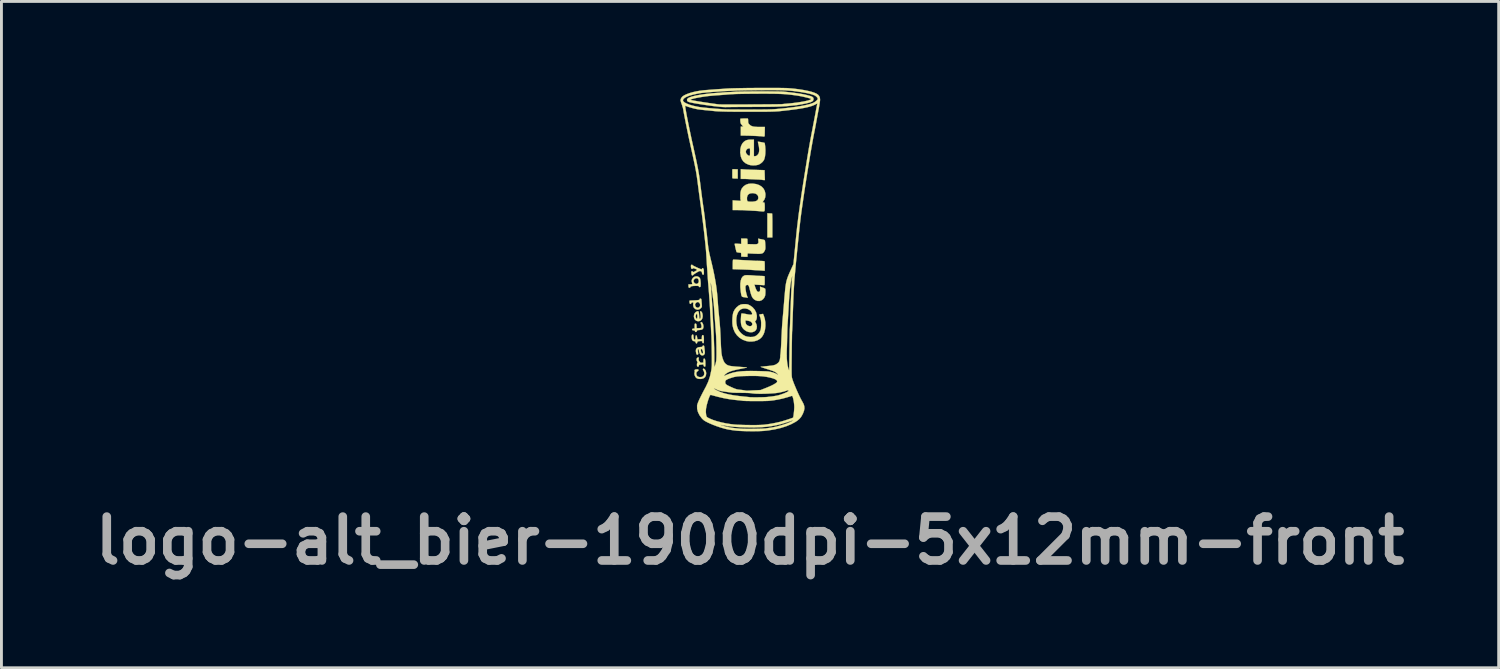
<source format=kicad_pcb>
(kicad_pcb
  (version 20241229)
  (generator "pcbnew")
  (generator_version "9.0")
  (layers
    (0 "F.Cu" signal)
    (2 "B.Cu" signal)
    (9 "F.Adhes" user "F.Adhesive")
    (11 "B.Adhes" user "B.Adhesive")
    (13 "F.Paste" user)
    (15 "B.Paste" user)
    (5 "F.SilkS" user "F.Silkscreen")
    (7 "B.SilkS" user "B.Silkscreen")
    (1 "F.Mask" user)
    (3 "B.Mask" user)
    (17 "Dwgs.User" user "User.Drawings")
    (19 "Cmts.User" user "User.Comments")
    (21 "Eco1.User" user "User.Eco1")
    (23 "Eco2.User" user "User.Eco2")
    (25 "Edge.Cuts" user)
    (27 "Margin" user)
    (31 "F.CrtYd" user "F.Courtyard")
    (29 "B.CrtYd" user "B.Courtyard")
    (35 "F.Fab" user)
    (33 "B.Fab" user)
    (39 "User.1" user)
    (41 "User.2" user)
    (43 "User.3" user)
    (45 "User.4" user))
  (footprint "logo-alt_bier-1900dpi-5x12mm-front"
    (layer "F.Cu")
    (at 23.012 5.96)
    (property "Reference" "logo-alt_bier-1900dpi-5x12mm-front" (at 0 9.775 0) (layer "F.Fab") (effects (font (size 1.524 1.524) (thickness 0.3))))
    (attr through_hole)
    (fp_poly (pts (xy 0.678 -1.596) (xy 0.722 -1.594) (xy 0.754 -1.593) (xy 0.765 -1.592) (xy 0.768 -1.579) (xy 0.77 -1.542) (xy 0.772 -1.485) (xy 0.774 -1.411) (xy 0.775 -1.324) (xy 0.775 -1.225) (xy 0.775 -1.176) (xy 0.775 -0.762) (xy 0.602 -0.762) (xy 0.602 -1.6) (xy 0.678 -1.596)) (stroke (width 0.01) (type solid)) (fill yes) (layer "F.SilkS"))
    (fp_poly (pts (xy -0.521 -3.13) (xy -0.428 -3.126) (xy -0.428 -2.807) (xy -0.521 -2.807) (xy -0.576 -2.809) (xy -0.607 -2.815) (xy -0.615 -2.824) (xy -0.616 -2.851) (xy -0.616 -2.895) (xy -0.616 -2.949) (xy -0.616 -3.005) (xy -0.616 -3.056) (xy -0.616 -3.096) (xy -0.616 -3.115) (xy -0.611 -3.125) (xy -0.592 -3.131) (xy -0.556 -3.132) (xy -0.521 -3.13)) (stroke (width 0.01) (type solid)) (fill yes) (layer "F.SilkS"))
    (fp_poly (pts (xy -0.197 -3.123) (xy -0.145 -3.12) (xy -0.073 -3.117) (xy 0.014 -3.113) (xy 0.107 -3.11) (xy 0.202 -3.107) (xy 0.214 -3.107) (xy 0.298 -3.104) (xy 0.373 -3.102) (xy 0.435 -3.1) (xy 0.479 -3.098) (xy 0.501 -3.097) (xy 0.503 -3.097) (xy 0.504 -3.083) (xy 0.506 -3.048) (xy 0.508 -2.997) (xy 0.51 -2.934) (xy 0.51 -2.924) (xy 0.516 -2.754) (xy 0.474 -2.754) (xy 0.443 -2.756) (xy 0.426 -2.76) (xy 0.426 -2.76) (xy 0.411 -2.763) (xy 0.374 -2.766) (xy 0.321 -2.77) (xy 0.255 -2.773) (xy 0.22 -2.774) (xy 0.143 -2.778) (xy 0.07 -2.781) (xy 0.008 -2.784) (xy -0.037 -2.787) (xy -0.047 -2.787) (xy -0.095 -2.79) (xy -0.156 -2.792) (xy -0.217 -2.793) (xy -0.321 -2.794) (xy -0.321 -3.132) (xy -0.197 -3.123)) (stroke (width 0.01) (type solid)) (fill yes) (layer "F.SilkS"))
    (fp_poly (pts (xy -1.608 3.799) (xy -1.578 3.817) (xy -1.551 3.854) (xy -1.532 3.904) (xy -1.524 3.957) (xy -1.524 3.96) (xy -1.534 4.036) (xy -1.563 4.094) (xy -1.612 4.133) (xy -1.68 4.154) (xy -1.731 4.157) (xy -1.8 4.152) (xy -1.85 4.134) (xy -1.853 4.132) (xy -1.893 4.094) (xy -1.921 4.041) (xy -1.934 3.983) (xy -1.929 3.938) (xy -1.922 3.903) (xy -1.925 3.877) (xy -1.926 3.875) (xy -1.929 3.851) (xy -1.91 3.834) (xy -1.87 3.824) (xy -1.85 3.823) (xy -1.813 3.825) (xy -1.796 3.833) (xy -1.791 3.849) (xy -1.791 3.85) (xy -1.803 3.877) (xy -1.824 3.89) (xy -1.852 3.913) (xy -1.866 3.951) (xy -1.866 3.994) (xy -1.852 4.036) (xy -1.825 4.068) (xy -1.814 4.075) (xy -1.756 4.093) (xy -1.697 4.092) (xy -1.645 4.074) (xy -1.624 4.058) (xy -1.598 4.015) (xy -1.59 3.961) (xy -1.599 3.907) (xy -1.619 3.872) (xy -1.636 3.839) (xy -1.637 3.813) (xy -1.622 3.799) (xy -1.608 3.799)) (stroke (width 0.01) (type solid)) (fill yes) (layer "F.SilkS"))
    (fp_poly (pts (xy -1.667 2.194) (xy -1.646 2.226) (xy -1.629 2.269) (xy -1.62 2.321) (xy -1.619 2.341) (xy -1.625 2.392) (xy -1.647 2.426) (xy -1.688 2.447) (xy -1.752 2.457) (xy -1.755 2.457) (xy -1.803 2.461) (xy -1.83 2.467) (xy -1.843 2.477) (xy -1.847 2.491) (xy -1.859 2.514) (xy -1.88 2.525) (xy -1.901 2.523) (xy -1.912 2.505) (xy -1.912 2.502) (xy -1.917 2.483) (xy -1.939 2.473) (xy -1.962 2.471) (xy -1.996 2.465) (xy -2.01 2.452) (xy -2.012 2.44) (xy -2.005 2.42) (xy -1.98 2.41) (xy -1.968 2.409) (xy -1.925 2.405) (xy -1.925 2.319) (xy -1.924 2.272) (xy -1.92 2.246) (xy -1.912 2.235) (xy -1.9 2.233) (xy -1.877 2.24) (xy -1.864 2.263) (xy -1.859 2.308) (xy -1.858 2.334) (xy -1.858 2.393) (xy -1.792 2.393) (xy -1.749 2.391) (xy -1.715 2.387) (xy -1.706 2.385) (xy -1.689 2.365) (xy -1.685 2.328) (xy -1.694 2.28) (xy -1.705 2.25) (xy -1.717 2.211) (xy -1.712 2.188) (xy -1.711 2.187) (xy -1.69 2.18) (xy -1.667 2.194)) (stroke (width 0.01) (type solid)) (fill yes) (layer "F.SilkS"))
    (fp_poly (pts (xy -1.791 1.814) (xy -1.781 1.844) (xy -1.774 1.895) (xy -1.771 1.938) (xy -1.766 1.995) (xy -1.76 2.039) (xy -1.754 2.066) (xy -1.75 2.072) (xy -1.736 2.062) (xy -1.723 2.043) (xy -1.715 2.01) (xy -1.716 1.956) (xy -1.726 1.881) (xy -1.733 1.847) (xy -1.737 1.817) (xy -1.73 1.806) (xy -1.71 1.807) (xy -1.684 1.824) (xy -1.663 1.862) (xy -1.65 1.919) (xy -1.645 1.976) (xy -1.655 2.043) (xy -1.683 2.096) (xy -1.725 2.133) (xy -1.778 2.151) (xy -1.836 2.147) (xy -1.875 2.131) (xy -1.917 2.095) (xy -1.942 2.044) (xy -1.952 1.985) (xy -1.95 1.967) (xy -1.891 1.967) (xy -1.89 1.996) (xy -1.879 2.025) (xy -1.861 2.061) (xy -1.846 2.07) (xy -1.837 2.054) (xy -1.832 2.012) (xy -1.831 1.986) (xy -1.834 1.931) (xy -1.842 1.899) (xy -1.854 1.893) (xy -1.87 1.912) (xy -1.879 1.931) (xy -1.891 1.967) (xy -1.95 1.967) (xy -1.945 1.926) (xy -1.923 1.873) (xy -1.885 1.833) (xy -1.872 1.825) (xy -1.834 1.807) (xy -1.808 1.803) (xy -1.791 1.814)) (stroke (width 0.01) (type solid)) (fill yes) (layer "F.SilkS"))
    (fp_poly (pts (xy -1.784 3.413) (xy -1.78 3.428) (xy -1.784 3.457) (xy -1.787 3.493) (xy -1.776 3.525) (xy -1.758 3.551) (xy -1.731 3.581) (xy -1.707 3.593) (xy -1.673 3.593) (xy -1.624 3.589) (xy -1.62 3.519) (xy -1.616 3.477) (xy -1.609 3.456) (xy -1.595 3.449) (xy -1.592 3.449) (xy -1.574 3.458) (xy -1.562 3.488) (xy -1.554 3.539) (xy -1.551 3.615) (xy -1.551 3.64) (xy -1.552 3.688) (xy -1.555 3.715) (xy -1.563 3.727) (xy -1.577 3.73) (xy -1.578 3.73) (xy -1.6 3.721) (xy -1.613 3.691) (xy -1.613 3.688) (xy -1.622 3.66) (xy -1.637 3.652) (xy -1.661 3.655) (xy -1.705 3.661) (xy -1.74 3.663) (xy -1.767 3.667) (xy -1.777 3.684) (xy -1.778 3.696) (xy -1.785 3.723) (xy -1.803 3.73) (xy -1.828 3.725) (xy -1.836 3.721) (xy -1.843 3.701) (xy -1.845 3.668) (xy -1.843 3.631) (xy -1.836 3.603) (xy -1.829 3.593) (xy -1.822 3.582) (xy -1.835 3.557) (xy -1.836 3.556) (xy -1.855 3.513) (xy -1.858 3.47) (xy -1.846 3.434) (xy -1.82 3.413) (xy -1.801 3.409) (xy -1.784 3.413)) (stroke (width 0.01) (type solid)) (fill yes) (layer "F.SilkS"))
    (fp_poly (pts (xy -0.529 0.011) (xy -0.479 0.014) (xy -0.465 0.015) (xy -0.413 0.019) (xy -0.342 0.023) (xy -0.26 0.028) (xy -0.175 0.032) (xy -0.142 0.034) (xy -0.066 0.037) (xy 0.004 0.041) (xy 0.062 0.044) (xy 0.101 0.047) (xy 0.114 0.048) (xy 0.142 0.05) (xy 0.191 0.052) (xy 0.253 0.053) (xy 0.322 0.055) (xy 0.325 0.055) (xy 0.389 0.057) (xy 0.444 0.06) (xy 0.484 0.064) (xy 0.502 0.069) (xy 0.503 0.07) (xy 0.506 0.087) (xy 0.509 0.126) (xy 0.51 0.18) (xy 0.511 0.238) (xy 0.511 0.394) (xy 0.476 0.396) (xy 0.449 0.395) (xy 0.438 0.393) (xy 0.424 0.391) (xy 0.388 0.388) (xy 0.335 0.385) (xy 0.271 0.382) (xy 0.247 0.381) (xy 0.176 0.377) (xy 0.113 0.373) (xy 0.063 0.37) (xy 0.032 0.367) (xy 0.027 0.367) (xy 0.005 0.365) (xy -0.04 0.362) (xy -0.103 0.36) (xy -0.18 0.357) (xy -0.266 0.354) (xy -0.304 0.353) (xy -0.602 0.343) (xy -0.602 0.18) (xy -0.6 0.101) (xy -0.597 0.047) (xy -0.591 0.016) (xy -0.587 0.011) (xy -0.568 0.01) (xy -0.529 0.011)) (stroke (width 0.01) (type solid)) (fill yes) (layer "F.SilkS"))
    (fp_poly (pts (xy -0.095 -4.894) (xy -0.09 -4.894) (xy -0.077 -4.889) (xy -0.07 -4.873) (xy -0.067 -4.838) (xy -0.067 -4.811) (xy -0.066 -4.764) (xy -0.059 -4.733) (xy -0.043 -4.707) (xy -0.017 -4.679) (xy 0.018 -4.65) (xy 0.058 -4.629) (xy 0.108 -4.614) (xy 0.173 -4.605) (xy 0.256 -4.6) (xy 0.345 -4.599) (xy 0.515 -4.599) (xy 0.512 -4.462) (xy 0.511 -4.401) (xy 0.51 -4.347) (xy 0.509 -4.308) (xy 0.509 -4.295) (xy 0.501 -4.271) (xy 0.477 -4.265) (xy 0.45 -4.267) (xy 0.44 -4.27) (xy 0.425 -4.273) (xy 0.388 -4.276) (xy 0.333 -4.279) (xy 0.264 -4.283) (xy 0.186 -4.287) (xy 0.104 -4.29) (xy 0.021 -4.293) (xy -0.058 -4.296) (xy -0.128 -4.297) (xy -0.184 -4.298) (xy -0.321 -4.298) (xy -0.321 -4.455) (xy -0.321 -4.612) (xy -0.236 -4.612) (xy -0.27 -4.649) (xy -0.298 -4.683) (xy -0.32 -4.715) (xy -0.321 -4.717) (xy -0.329 -4.745) (xy -0.335 -4.784) (xy -0.338 -4.827) (xy -0.338 -4.864) (xy -0.333 -4.885) (xy -0.333 -4.885) (xy -0.318 -4.888) (xy -0.284 -4.89) (xy -0.238 -4.892) (xy -0.186 -4.894) (xy -0.136 -4.894) (xy -0.095 -4.894)) (stroke (width 0.01) (type solid)) (fill yes) (layer "F.SilkS"))
    (fp_poly (pts (xy -1.977 2.618) (xy -1.967 2.648) (xy -1.965 2.682) (xy -1.96 2.738) (xy -1.946 2.777) (xy -1.923 2.794) (xy -1.919 2.794) (xy -1.906 2.785) (xy -1.899 2.756) (xy -1.896 2.717) (xy -1.891 2.671) (xy -1.883 2.647) (xy -1.872 2.64) (xy -1.856 2.652) (xy -1.844 2.687) (xy -1.84 2.711) (xy -1.828 2.782) (xy -1.678 2.774) (xy -1.674 2.704) (xy -1.67 2.662) (xy -1.662 2.64) (xy -1.649 2.634) (xy -1.645 2.634) (xy -1.628 2.637) (xy -1.616 2.651) (xy -1.609 2.68) (xy -1.605 2.726) (xy -1.604 2.795) (xy -1.605 2.852) (xy -1.607 2.887) (xy -1.612 2.906) (xy -1.621 2.913) (xy -1.631 2.914) (xy -1.652 2.906) (xy -1.658 2.882) (xy -1.66 2.857) (xy -1.671 2.844) (xy -1.697 2.839) (xy -1.742 2.842) (xy -1.755 2.843) (xy -1.798 2.849) (xy -1.821 2.857) (xy -1.831 2.87) (xy -1.834 2.886) (xy -1.845 2.917) (xy -1.864 2.925) (xy -1.883 2.911) (xy -1.891 2.888) (xy -1.902 2.859) (xy -1.923 2.848) (xy -1.937 2.847) (xy -1.974 2.838) (xy -1.999 2.821) (xy -2.017 2.787) (xy -2.027 2.739) (xy -2.03 2.689) (xy -2.023 2.646) (xy -2.015 2.628) (xy -1.994 2.611) (xy -1.977 2.618)) (stroke (width 0.01) (type solid)) (fill yes) (layer "F.SilkS"))
    (fp_poly (pts (xy -1.605 2.998) (xy -1.596 3.013) (xy -1.59 3.045) (xy -1.586 3.078) (xy -1.58 3.133) (xy -1.574 3.187) (xy -1.57 3.215) (xy -1.572 3.267) (xy -1.591 3.308) (xy -1.622 3.334) (xy -1.66 3.342) (xy -1.7 3.329) (xy -1.723 3.311) (xy -1.753 3.263) (xy -1.773 3.201) (xy -1.778 3.152) (xy -1.78 3.137) (xy -1.71 3.137) (xy -1.708 3.173) (xy -1.708 3.175) (xy -1.698 3.221) (xy -1.683 3.254) (xy -1.665 3.272) (xy -1.648 3.272) (xy -1.636 3.25) (xy -1.634 3.239) (xy -1.636 3.205) (xy -1.648 3.167) (xy -1.666 3.134) (xy -1.686 3.116) (xy -1.692 3.115) (xy -1.706 3.119) (xy -1.71 3.137) (xy -1.78 3.137) (xy -1.782 3.127) (xy -1.795 3.122) (xy -1.8 3.124) (xy -1.813 3.135) (xy -1.816 3.158) (xy -1.813 3.194) (xy -1.807 3.237) (xy -1.803 3.273) (xy -1.801 3.282) (xy -1.808 3.305) (xy -1.827 3.313) (xy -1.848 3.311) (xy -1.862 3.292) (xy -1.871 3.266) (xy -1.884 3.189) (xy -1.878 3.129) (xy -1.85 3.086) (xy -1.802 3.059) (xy -1.733 3.048) (xy -1.717 3.048) (xy -1.679 3.045) (xy -1.66 3.035) (xy -1.654 3.021) (xy -1.637 2.999) (xy -1.62 2.995) (xy -1.605 2.998)) (stroke (width 0.01) (type solid)) (fill yes) (layer "F.SilkS"))
    (fp_poly (pts (xy -1.826 0.594) (xy -1.777 0.617) (xy -1.743 0.653) (xy -1.732 0.682) (xy -1.724 0.727) (xy -1.718 0.783) (xy -1.715 0.841) (xy -1.716 0.895) (xy -1.719 0.937) (xy -1.727 0.958) (xy -1.748 0.968) (xy -1.769 0.96) (xy -1.778 0.941) (xy -1.785 0.93) (xy -1.81 0.924) (xy -1.857 0.922) (xy -1.863 0.922) (xy -1.952 0.925) (xy -2.016 0.932) (xy -2.056 0.944) (xy -2.072 0.961) (xy -2.072 0.964) (xy -2.083 0.983) (xy -2.106 0.99) (xy -2.129 0.981) (xy -2.13 0.98) (xy -2.136 0.962) (xy -2.139 0.929) (xy -2.139 0.92) (xy -2.139 0.869) (xy -2.071 0.869) (xy -2.031 0.868) (xy -2.012 0.864) (xy -2.008 0.852) (xy -2.011 0.839) (xy -2.024 0.784) (xy -2.027 0.755) (xy -1.965 0.755) (xy -1.954 0.794) (xy -1.925 0.829) (xy -1.888 0.851) (xy -1.866 0.856) (xy -1.83 0.846) (xy -1.805 0.829) (xy -1.784 0.791) (xy -1.781 0.744) (xy -1.794 0.699) (xy -1.823 0.666) (xy -1.823 0.665) (xy -1.859 0.656) (xy -1.899 0.665) (xy -1.934 0.69) (xy -1.959 0.725) (xy -1.965 0.755) (xy -2.027 0.755) (xy -2.028 0.744) (xy -2.021 0.71) (xy -2.014 0.691) (xy -1.981 0.64) (xy -1.934 0.607) (xy -1.881 0.591) (xy -1.826 0.594)) (stroke (width 0.01) (type solid)) (fill yes) (layer "F.SilkS"))
    (fp_poly (pts (xy -1.703 1.372) (xy -1.693 1.389) (xy -1.688 1.424) (xy -1.687 1.437) (xy -1.683 1.491) (xy -1.678 1.553) (xy -1.676 1.581) (xy -1.673 1.626) (xy -1.676 1.654) (xy -1.69 1.677) (xy -1.715 1.705) (xy -1.768 1.741) (xy -1.825 1.752) (xy -1.885 1.736) (xy -1.907 1.724) (xy -1.952 1.681) (xy -1.974 1.624) (xy -1.974 1.581) (xy -1.912 1.581) (xy -1.901 1.626) (xy -1.875 1.66) (xy -1.839 1.68) (xy -1.799 1.681) (xy -1.762 1.662) (xy -1.757 1.657) (xy -1.737 1.618) (xy -1.735 1.574) (xy -1.748 1.532) (xy -1.774 1.5) (xy -1.81 1.484) (xy -1.818 1.484) (xy -1.856 1.496) (xy -1.889 1.525) (xy -1.909 1.564) (xy -1.912 1.581) (xy -1.974 1.581) (xy -1.974 1.557) (xy -1.97 1.52) (xy -1.973 1.503) (xy -1.987 1.498) (xy -2 1.497) (xy -2.031 1.506) (xy -2.041 1.524) (xy -2.057 1.546) (xy -2.072 1.551) (xy -2.09 1.542) (xy -2.1 1.514) (xy -2.102 1.501) (xy -2.105 1.465) (xy -2.104 1.443) (xy -2.103 1.44) (xy -2.087 1.435) (xy -2.054 1.431) (xy -2.027 1.43) (xy -1.976 1.429) (xy -1.913 1.426) (xy -1.854 1.422) (xy -1.801 1.417) (xy -1.77 1.411) (xy -1.755 1.402) (xy -1.751 1.389) (xy -1.751 1.387) (xy -1.744 1.368) (xy -1.721 1.366) (xy -1.703 1.372)) (stroke (width 0.01) (type solid)) (fill yes) (layer "F.SilkS"))
    (fp_poly (pts (xy -2.009 0.192) (xy -1.996 0.205) (xy -1.981 0.217) (xy -1.947 0.235) (xy -1.9 0.258) (xy -1.846 0.284) (xy -1.792 0.308) (xy -1.743 0.328) (xy -1.705 0.343) (xy -1.685 0.348) (xy -1.673 0.337) (xy -1.671 0.328) (xy -1.66 0.311) (xy -1.646 0.307) (xy -1.626 0.317) (xy -1.613 0.348) (xy -1.606 0.402) (xy -1.604 0.464) (xy -1.605 0.506) (xy -1.61 0.527) (xy -1.62 0.533) (xy -1.634 0.532) (xy -1.656 0.524) (xy -1.666 0.5) (xy -1.668 0.479) (xy -1.676 0.443) (xy -1.696 0.422) (xy -1.712 0.414) (xy -1.732 0.408) (xy -1.752 0.408) (xy -1.777 0.417) (xy -1.814 0.436) (xy -1.859 0.462) (xy -1.907 0.491) (xy -1.946 0.518) (xy -1.97 0.537) (xy -1.974 0.543) (xy -1.992 0.559) (xy -2.005 0.561) (xy -2.021 0.554) (xy -2.032 0.529) (xy -2.037 0.5) (xy -2.04 0.461) (xy -2.04 0.433) (xy -2.038 0.426) (xy -2.018 0.415) (xy -1.995 0.421) (xy -1.983 0.434) (xy -1.975 0.444) (xy -1.958 0.441) (xy -1.925 0.425) (xy -1.914 0.419) (xy -1.869 0.392) (xy -1.846 0.375) (xy -1.844 0.362) (xy -1.863 0.349) (xy -1.892 0.335) (xy -1.945 0.315) (xy -1.978 0.308) (xy -1.991 0.317) (xy -1.992 0.321) (xy -2.003 0.332) (xy -2.017 0.334) (xy -2.035 0.327) (xy -2.047 0.3) (xy -2.05 0.282) (xy -2.054 0.243) (xy -2.052 0.212) (xy -2.051 0.208) (xy -2.033 0.189) (xy -2.009 0.192)) (stroke (width 0.01) (type solid)) (fill yes) (layer "F.SilkS"))
    (fp_poly (pts (xy -0.141 -0.72) (xy -0.106 -0.716) (xy -0.093 -0.707) (xy -0.092 -0.705) (xy -0.091 -0.683) (xy -0.09 -0.645) (xy -0.089 -0.608) (xy -0.087 -0.528) (xy 0.078 -0.524) (xy 0.149 -0.522) (xy 0.198 -0.523) (xy 0.231 -0.526) (xy 0.252 -0.532) (xy 0.267 -0.541) (xy 0.27 -0.544) (xy 0.286 -0.562) (xy 0.292 -0.586) (xy 0.291 -0.624) (xy 0.289 -0.642) (xy 0.282 -0.717) (xy 0.394 -0.697) (xy 0.46 -0.683) (xy 0.5 -0.67) (xy 0.515 -0.656) (xy 0.52 -0.634) (xy 0.524 -0.593) (xy 0.528 -0.538) (xy 0.53 -0.495) (xy 0.533 -0.43) (xy 0.532 -0.384) (xy 0.528 -0.351) (xy 0.52 -0.323) (xy 0.506 -0.294) (xy 0.483 -0.256) (xy 0.459 -0.227) (xy 0.428 -0.208) (xy 0.386 -0.197) (xy 0.329 -0.192) (xy 0.254 -0.192) (xy 0.18 -0.194) (xy 0.107 -0.197) (xy 0.041 -0.2) (xy -0.012 -0.203) (xy -0.046 -0.205) (xy -0.053 -0.205) (xy -0.074 -0.204) (xy -0.084 -0.193) (xy -0.088 -0.164) (xy -0.088 -0.147) (xy -0.09 -0.087) (xy -0.142 -0.087) (xy -0.191 -0.088) (xy -0.244 -0.09) (xy -0.251 -0.091) (xy -0.307 -0.095) (xy -0.307 -0.161) (xy -0.309 -0.202) (xy -0.316 -0.222) (xy -0.33 -0.228) (xy -0.331 -0.228) (xy -0.37 -0.231) (xy -0.412 -0.237) (xy -0.448 -0.244) (xy -0.468 -0.251) (xy -0.469 -0.252) (xy -0.474 -0.267) (xy -0.484 -0.302) (xy -0.495 -0.349) (xy -0.508 -0.402) (xy -0.519 -0.455) (xy -0.529 -0.5) (xy -0.534 -0.53) (xy -0.535 -0.538) (xy -0.522 -0.542) (xy -0.49 -0.543) (xy -0.442 -0.542) (xy -0.421 -0.54) (xy -0.307 -0.532) (xy -0.307 -0.722) (xy -0.201 -0.722) (xy -0.141 -0.72)) (stroke (width 0.01) (type solid)) (fill yes) (layer "F.SilkS"))
    (fp_poly (pts (xy 0.09 -4.159) (xy 0.134 -4.158) (xy 0.134 -3.583) (xy 0.172 -3.583) (xy 0.211 -3.591) (xy 0.244 -3.609) (xy 0.287 -3.659) (xy 0.312 -3.725) (xy 0.319 -3.809) (xy 0.309 -3.912) (xy 0.295 -3.977) (xy 0.284 -4.027) (xy 0.276 -4.065) (xy 0.272 -4.085) (xy 0.273 -4.087) (xy 0.286 -4.087) (xy 0.319 -4.082) (xy 0.363 -4.075) (xy 0.41 -4.067) (xy 0.455 -4.058) (xy 0.488 -4.051) (xy 0.503 -4.047) (xy 0.503 -4.046) (xy 0.511 -4.027) (xy 0.518 -3.986) (xy 0.525 -3.931) (xy 0.53 -3.866) (xy 0.534 -3.799) (xy 0.534 -3.791) (xy 0.531 -3.676) (xy 0.519 -3.573) (xy 0.498 -3.489) (xy 0.481 -3.448) (xy 0.439 -3.39) (xy 0.38 -3.337) (xy 0.313 -3.296) (xy 0.276 -3.282) (xy 0.197 -3.267) (xy 0.108 -3.263) (xy 0.021 -3.27) (xy -0.049 -3.287) (xy -0.147 -3.332) (xy -0.224 -3.392) (xy -0.281 -3.47) (xy -0.319 -3.565) (xy -0.338 -3.679) (xy -0.34 -3.71) (xy -0.34 -3.722) (xy -0.147 -3.722) (xy -0.126 -3.671) (xy -0.102 -3.642) (xy -0.069 -3.614) (xy -0.038 -3.598) (xy -0.028 -3.596) (xy -0.015 -3.598) (xy -0.007 -3.606) (xy -0.003 -3.625) (xy -0.001 -3.66) (xy -0.00001 -3.715) (xy 0 -3.731) (xy -0.000479 -3.793) (xy -0.002 -3.832) (xy -0.006 -3.852) (xy -0.013 -3.859) (xy -0.021 -3.858) (xy -0.052 -3.851) (xy -0.062 -3.85) (xy -0.084 -3.841) (xy -0.112 -3.82) (xy -0.114 -3.817) (xy -0.143 -3.772) (xy -0.147 -3.722) (xy -0.34 -3.722) (xy -0.336 -3.832) (xy -0.312 -3.936) (xy -0.268 -4.023) (xy -0.225 -4.073) (xy -0.177 -4.112) (xy -0.123 -4.139) (xy -0.059 -4.154) (xy 0.021 -4.16) (xy 0.09 -4.159)) (stroke (width 0.01) (type solid)) (fill yes) (layer "F.SilkS"))
    (fp_poly (pts (xy 0.099 -2.63) (xy 0.217 -2.613) (xy 0.318 -2.578) (xy 0.402 -2.526) (xy 0.467 -2.458) (xy 0.511 -2.376) (xy 0.533 -2.282) (xy 0.535 -2.239) (xy 0.527 -2.154) (xy 0.5 -2.081) (xy 0.466 -2.029) (xy 0.444 -1.997) (xy 0.441 -1.98) (xy 0.46 -1.976) (xy 0.477 -1.977) (xy 0.491 -1.975) (xy 0.501 -1.96) (xy 0.507 -1.931) (xy 0.51 -1.882) (xy 0.511 -1.81) (xy 0.511 -1.807) (xy 0.51 -1.744) (xy 0.508 -1.701) (xy 0.499 -1.676) (xy 0.479 -1.664) (xy 0.444 -1.662) (xy 0.39 -1.666) (xy 0.341 -1.671) (xy 0.288 -1.676) (xy 0.217 -1.681) (xy 0.135 -1.686) (xy 0.051 -1.69) (xy 0.027 -1.692) (xy -0.046 -1.695) (xy -0.111 -1.699) (xy -0.161 -1.702) (xy -0.193 -1.704) (xy -0.201 -1.705) (xy -0.221 -1.707) (xy -0.262 -1.708) (xy -0.319 -1.709) (xy -0.387 -1.71) (xy -0.411 -1.71) (xy -0.602 -1.711) (xy -0.602 -2.049) (xy -0.46 -2.039) (xy -0.318 -2.029) (xy -0.328 -2.059) (xy -0.332 -2.085) (xy -0.334 -2.123) (xy -0.107 -2.123) (xy -0.105 -2.067) (xy -0.098 -2.032) (xy -0.08 -2.014) (xy -0.047 -2.005) (xy -0.009 -2.003) (xy 0.096 -2.003) (xy 0.177 -2.014) (xy 0.234 -2.036) (xy 0.253 -2.051) (xy 0.277 -2.085) (xy 0.287 -2.125) (xy 0.287 -2.145) (xy 0.276 -2.205) (xy 0.242 -2.251) (xy 0.188 -2.282) (xy 0.115 -2.298) (xy 0.08 -2.299) (xy 0.005 -2.29) (xy -0.051 -2.262) (xy -0.088 -2.215) (xy -0.106 -2.151) (xy -0.107 -2.123) (xy -0.334 -2.123) (xy -0.335 -2.13) (xy -0.337 -2.187) (xy -0.337 -2.218) (xy -0.332 -2.317) (xy -0.315 -2.398) (xy -0.284 -2.464) (xy -0.237 -2.521) (xy -0.217 -2.541) (xy -0.147 -2.589) (xy -0.067 -2.619) (xy 0.027 -2.631) (xy 0.099 -2.63)) (stroke (width 0.01) (type solid)) (fill yes) (layer "F.SilkS"))
    (fp_poly (pts (xy -0.039 0.553) (xy 0.012 0.555) (xy 0.077 0.559) (xy 0.131 0.563) (xy 0.17 0.566) (xy 0.188 0.569) (xy 0.188 0.569) (xy 0.204 0.571) (xy 0.241 0.573) (xy 0.293 0.575) (xy 0.352 0.577) (xy 0.42 0.579) (xy 0.466 0.582) (xy 0.493 0.586) (xy 0.506 0.593) (xy 0.509 0.601) (xy 0.509 0.622) (xy 0.509 0.664) (xy 0.509 0.719) (xy 0.509 0.762) (xy 0.509 0.825) (xy 0.507 0.866) (xy 0.503 0.889) (xy 0.496 0.899) (xy 0.486 0.9) (xy 0.486 0.9) (xy 0.463 0.898) (xy 0.421 0.895) (xy 0.364 0.892) (xy 0.306 0.888) (xy 0.151 0.879) (xy 0.183 0.978) (xy 0.203 1.03) (xy 0.225 1.076) (xy 0.246 1.107) (xy 0.247 1.109) (xy 0.272 1.13) (xy 0.294 1.133) (xy 0.314 1.126) (xy 0.334 1.113) (xy 0.346 1.093) (xy 0.35 1.06) (xy 0.349 1.008) (xy 0.349 1) (xy 0.346 0.95) (xy 0.43 0.979) (xy 0.475 0.995) (xy 0.509 1.011) (xy 0.525 1.021) (xy 0.531 1.045) (xy 0.534 1.086) (xy 0.534 1.138) (xy 0.532 1.193) (xy 0.527 1.242) (xy 0.521 1.273) (xy 0.493 1.334) (xy 0.449 1.388) (xy 0.401 1.424) (xy 0.329 1.448) (xy 0.256 1.446) (xy 0.191 1.423) (xy 0.143 1.394) (xy 0.104 1.357) (xy 0.071 1.308) (xy 0.043 1.243) (xy 0.017 1.159) (xy -0.006 1.063) (xy -0.019 1.01) (xy -0.032 0.963) (xy -0.042 0.933) (xy -0.066 0.898) (xy -0.097 0.887) (xy -0.132 0.901) (xy -0.136 0.905) (xy -0.15 0.92) (xy -0.158 0.94) (xy -0.16 0.971) (xy -0.157 1.021) (xy -0.157 1.029) (xy -0.148 1.094) (xy -0.134 1.168) (xy -0.116 1.234) (xy -0.082 1.339) (xy -0.111 1.332) (xy -0.141 1.326) (xy -0.185 1.319) (xy -0.212 1.316) (xy -0.246 1.31) (xy -0.27 1.302) (xy -0.287 1.285) (xy -0.3 1.257) (xy -0.309 1.213) (xy -0.319 1.149) (xy -0.324 1.113) (xy -0.338 0.969) (xy -0.338 0.846) (xy -0.324 0.743) (xy -0.298 0.662) (xy -0.258 0.603) (xy -0.205 0.566) (xy -0.178 0.557) (xy -0.145 0.552) (xy -0.1 0.551) (xy -0.039 0.553)) (stroke (width 0.01) (type solid)) (fill yes) (layer "F.SilkS"))
    (fp_poly (pts (xy -0.136 1.559) (xy -0.095 1.564) (xy -0.058 1.576) (xy -0.014 1.597) (xy -0.002 1.603) (xy 0.088 1.667) (xy 0.159 1.748) (xy 0.209 1.843) (xy 0.234 1.945) (xy 0.237 2.006) (xy 0.229 2.063) (xy 0.213 2.111) (xy 0.19 2.14) (xy 0.188 2.141) (xy 0.174 2.153) (xy 0.173 2.166) (xy 0.187 2.19) (xy 0.195 2.202) (xy 0.224 2.265) (xy 0.237 2.336) (xy 0.23 2.403) (xy 0.228 2.412) (xy 0.197 2.468) (xy 0.148 2.507) (xy 0.088 2.53) (xy 0.019 2.536) (xy -0.055 2.525) (xy -0.128 2.497) (xy -0.196 2.451) (xy -0.216 2.434) (xy -0.258 2.386) (xy -0.288 2.334) (xy -0.308 2.273) (xy -0.317 2.199) (xy -0.318 2.165) (xy -0.16 2.165) (xy -0.154 2.208) (xy -0.14 2.248) (xy -0.109 2.284) (xy -0.066 2.31) (xy -0.018 2.324) (xy 0.027 2.322) (xy 0.059 2.305) (xy 0.079 2.269) (xy 0.076 2.228) (xy 0.053 2.189) (xy 0.015 2.16) (xy -0.021 2.147) (xy -0.069 2.135) (xy -0.091 2.131) (xy -0.16 2.122) (xy -0.16 2.165) (xy -0.318 2.165) (xy -0.319 2.106) (xy -0.317 2.054) (xy -0.313 1.991) (xy -0.309 1.938) (xy -0.303 1.9) (xy -0.298 1.884) (xy -0.281 1.881) (xy -0.243 1.884) (xy -0.191 1.892) (xy -0.153 1.899) (xy -0.067 1.916) (xy -0.003 1.924) (xy 0.04 1.925) (xy 0.064 1.917) (xy 0.073 1.899) (xy 0.069 1.872) (xy 0.065 1.859) (xy 0.029 1.8) (xy -0.026 1.754) (xy -0.093 1.722) (xy -0.167 1.708) (xy -0.243 1.711) (xy -0.314 1.735) (xy -0.321 1.739) (xy -0.376 1.785) (xy -0.421 1.851) (xy -0.453 1.933) (xy -0.473 2.026) (xy -0.479 2.127) (xy -0.472 2.231) (xy -0.451 2.334) (xy -0.419 2.421) (xy -0.373 2.498) (xy -0.309 2.57) (xy -0.233 2.631) (xy -0.155 2.672) (xy -0.154 2.673) (xy -0.076 2.692) (xy 0.011 2.7) (xy 0.096 2.696) (xy 0.149 2.685) (xy 0.213 2.654) (xy 0.274 2.603) (xy 0.326 2.539) (xy 0.344 2.508) (xy 0.36 2.472) (xy 0.372 2.435) (xy 0.379 2.39) (xy 0.383 2.33) (xy 0.385 2.296) (xy 0.386 2.195) (xy 0.379 2.112) (xy 0.362 2.039) (xy 0.338 1.975) (xy 0.326 1.943) (xy 0.321 1.922) (xy 0.322 1.92) (xy 0.337 1.915) (xy 0.37 1.909) (xy 0.389 1.906) (xy 0.451 1.897) (xy 0.478 1.961) (xy 0.513 2.072) (xy 0.532 2.193) (xy 0.534 2.318) (xy 0.52 2.44) (xy 0.49 2.553) (xy 0.462 2.617) (xy 0.428 2.675) (xy 0.393 2.719) (xy 0.348 2.759) (xy 0.331 2.772) (xy 0.255 2.815) (xy 0.163 2.844) (xy 0.062 2.858) (xy -0.042 2.856) (xy -0.13 2.84) (xy -0.255 2.794) (xy -0.364 2.726) (xy -0.455 2.64) (xy -0.528 2.536) (xy -0.579 2.417) (xy -0.605 2.311) (xy -0.614 2.228) (xy -0.616 2.134) (xy -0.612 2.038) (xy -0.603 1.947) (xy -0.588 1.869) (xy -0.576 1.83) (xy -0.531 1.744) (xy -0.468 1.668) (xy -0.394 1.608) (xy -0.369 1.594) (xy -0.327 1.575) (xy -0.286 1.564) (xy -0.235 1.559) (xy -0.194 1.558) (xy -0.136 1.559)) (stroke (width 0.01) (type solid)) (fill yes) (layer "F.SilkS"))
    (fp_poly (pts (xy 0.553 -5.836) (xy 0.678 -5.835) (xy 0.795 -5.835) (xy 0.901 -5.834) (xy 0.993 -5.833) (xy 1.069 -5.831) (xy 1.124 -5.83) (xy 1.156 -5.828) (xy 1.342 -5.807) (xy 1.503 -5.788) (xy 1.638 -5.77) (xy 1.751 -5.753) (xy 1.841 -5.737) (xy 1.885 -5.728) (xy 1.986 -5.704) (xy 2.064 -5.683) (xy 2.122 -5.665) (xy 2.161 -5.646) (xy 2.187 -5.626) (xy 2.201 -5.604) (xy 2.206 -5.577) (xy 2.206 -5.568) (xy 2.201 -5.535) (xy 2.184 -5.506) (xy 2.152 -5.481) (xy 2.103 -5.459) (xy 2.034 -5.438) (xy 1.943 -5.416) (xy 1.876 -5.402) (xy 1.799 -5.387) (xy 1.723 -5.374) (xy 1.658 -5.363) (xy 1.608 -5.356) (xy 1.598 -5.355) (xy 1.546 -5.35) (xy 1.481 -5.343) (xy 1.412 -5.336) (xy 1.39 -5.334) (xy 1.319 -5.326) (xy 1.246 -5.32) (xy 1.167 -5.315) (xy 1.082 -5.31) (xy 0.987 -5.306) (xy 0.88 -5.303) (xy 0.759 -5.301) (xy 0.621 -5.299) (xy 0.464 -5.297) (xy 0.286 -5.296) (xy 0.083 -5.296) (xy 0.048 -5.295) (xy -0.1 -5.295) (xy -0.241 -5.294) (xy -0.372 -5.294) (xy -0.491 -5.293) (xy -0.595 -5.292) (xy -0.682 -5.291) (xy -0.75 -5.29) (xy -0.797 -5.29) (xy -0.82 -5.289) (xy -0.821 -5.289) (xy -0.845 -5.288) (xy -0.89 -5.289) (xy -0.947 -5.292) (xy -0.996 -5.295) (xy -1.081 -5.303) (xy -1.182 -5.314) (xy -1.294 -5.327) (xy -1.413 -5.343) (xy -1.535 -5.36) (xy -1.657 -5.378) (xy -1.773 -5.397) (xy -1.88 -5.414) (xy -1.973 -5.431) (xy -2.049 -5.447) (xy -2.103 -5.459) (xy -2.109 -5.461) (xy -2.152 -5.477) (xy -2.176 -5.493) (xy -2.187 -5.516) (xy -2.188 -5.517) (xy -2.189 -5.542) (xy -2.068 -5.542) (xy -2.051 -5.534) (xy -2.027 -5.528) (xy -1.98 -5.519) (xy -1.914 -5.507) (xy -1.833 -5.493) (xy -1.741 -5.478) (xy -1.642 -5.462) (xy -1.539 -5.447) (xy -1.436 -5.431) (xy -1.337 -5.417) (xy -1.246 -5.404) (xy -1.167 -5.393) (xy -1.103 -5.385) (xy -1.076 -5.383) (xy -1.052 -5.382) (xy -1.004 -5.381) (xy -0.935 -5.38) (xy -0.847 -5.38) (xy -0.742 -5.38) (xy -0.624 -5.38) (xy -0.495 -5.38) (xy -0.356 -5.38) (xy -0.212 -5.38) (xy -0.063 -5.381) (xy 0.087 -5.381) (xy 0.236 -5.382) (xy 0.381 -5.383) (xy 0.52 -5.384) (xy 0.65 -5.385) (xy 0.77 -5.386) (xy 0.875 -5.387) (xy 0.965 -5.388) (xy 1.036 -5.389) (xy 1.087 -5.39) (xy 1.113 -5.391) (xy 1.116 -5.392) (xy 1.149 -5.396) (xy 1.198 -5.401) (xy 1.255 -5.406) (xy 1.263 -5.407) (xy 1.391 -5.418) (xy 1.515 -5.432) (xy 1.635 -5.447) (xy 1.747 -5.464) (xy 1.849 -5.482) (xy 1.939 -5.5) (xy 2.013 -5.518) (xy 2.07 -5.536) (xy 2.106 -5.552) (xy 2.12 -5.568) (xy 2.117 -5.575) (xy 2.098 -5.584) (xy 2.058 -5.597) (xy 2.001 -5.613) (xy 1.934 -5.629) (xy 1.86 -5.647) (xy 1.785 -5.663) (xy 1.714 -5.676) (xy 1.652 -5.687) (xy 1.651 -5.687) (xy 1.544 -5.702) (xy 1.445 -5.715) (xy 1.351 -5.726) (xy 1.259 -5.735) (xy 1.164 -5.741) (xy 1.062 -5.746) (xy 0.951 -5.75) (xy 0.825 -5.753) (xy 0.682 -5.754) (xy 0.518 -5.755) (xy 0.441 -5.755) (xy 0.25 -5.754) (xy 0.068 -5.753) (xy -0.104 -5.751) (xy -0.263 -5.749) (xy -0.406 -5.746) (xy -0.532 -5.742) (xy -0.637 -5.737) (xy -0.72 -5.732) (xy -0.769 -5.728) (xy -0.808 -5.724) (xy -0.858 -5.72) (xy -0.922 -5.715) (xy -1.002 -5.709) (xy -1.104 -5.702) (xy -1.203 -5.695) (xy -1.33 -5.684) (xy -1.46 -5.671) (xy -1.589 -5.654) (xy -1.711 -5.635) (xy -1.823 -5.615) (xy -1.921 -5.595) (xy -1.999 -5.574) (xy -2.039 -5.561) (xy -2.065 -5.55) (xy -2.068 -5.542) (xy -2.189 -5.542) (xy -2.189 -5.551) (xy -2.175 -5.58) (xy -2.142 -5.607) (xy -2.088 -5.632) (xy -2.011 -5.657) (xy -1.945 -5.675) (xy -1.847 -5.697) (xy -1.728 -5.718) (xy -1.595 -5.738) (xy -1.454 -5.756) (xy -1.312 -5.77) (xy -1.175 -5.781) (xy -1.143 -5.783) (xy -1.08 -5.787) (xy -1.028 -5.79) (xy -0.991 -5.794) (xy -0.976 -5.796) (xy -0.976 -5.796) (xy -0.961 -5.798) (xy -0.924 -5.8) (xy -0.87 -5.804) (xy -0.803 -5.807) (xy -0.768 -5.809) (xy -0.695 -5.812) (xy -0.629 -5.816) (xy -0.576 -5.82) (xy -0.542 -5.823) (xy -0.535 -5.825) (xy -0.511 -5.827) (xy -0.464 -5.829) (xy -0.396 -5.83) (xy -0.31 -5.832) (xy -0.209 -5.833) (xy -0.095 -5.834) (xy 0.027 -5.835) (xy 0.156 -5.836) (xy 0.289 -5.836) (xy 0.422 -5.836) (xy 0.553 -5.836)) (stroke (width 0.01) (type solid)) (fill yes) (layer "F.SilkS"))
    (fp_poly (pts (xy 0.815 -5.955) (xy 0.95 -5.954) (xy 1.072 -5.953) (xy 1.178 -5.951) (xy 1.264 -5.949) (xy 1.329 -5.946) (xy 1.337 -5.945) (xy 1.516 -5.93) (xy 1.694 -5.908) (xy 1.864 -5.881) (xy 2.019 -5.85) (xy 2.127 -5.823) (xy 2.23 -5.79) (xy 2.31 -5.755) (xy 2.367 -5.715) (xy 2.405 -5.668) (xy 2.426 -5.612) (xy 2.433 -5.544) (xy 2.433 -5.543) (xy 2.43 -5.507) (xy 2.423 -5.45) (xy 2.412 -5.378) (xy 2.398 -5.296) (xy 2.382 -5.209) (xy 2.38 -5.198) (xy 2.362 -5.106) (xy 2.345 -5.013) (xy 2.329 -4.927) (xy 2.315 -4.853) (xy 2.306 -4.799) (xy 2.306 -4.799) (xy 2.296 -4.748) (xy 2.283 -4.676) (xy 2.267 -4.59) (xy 2.249 -4.496) (xy 2.23 -4.4) (xy 2.224 -4.371) (xy 2.199 -4.242) (xy 2.171 -4.089) (xy 2.14 -3.916) (xy 2.107 -3.726) (xy 2.073 -3.523) (xy 2.038 -3.309) (xy 2.002 -3.089) (xy 1.966 -2.865) (xy 1.931 -2.64) (xy 1.897 -2.419) (xy 1.865 -2.203) (xy 1.835 -1.997) (xy 1.807 -1.804) (xy 1.782 -1.626) (xy 1.761 -1.468) (xy 1.758 -1.444) (xy 1.749 -1.365) (xy 1.737 -1.264) (xy 1.724 -1.143) (xy 1.709 -1.006) (xy 1.693 -0.856) (xy 1.677 -0.698) (xy 1.66 -0.534) (xy 1.643 -0.367) (xy 1.627 -0.203) (xy 1.611 -0.043) (xy 1.596 0.108) (xy 1.583 0.247) (xy 1.578 0.307) (xy 1.57 0.399) (xy 1.562 0.485) (xy 1.555 0.562) (xy 1.549 0.623) (xy 1.545 0.665) (xy 1.544 0.675) (xy 1.541 0.719) (xy 1.536 0.78) (xy 1.532 0.846) (xy 1.531 0.869) (xy 1.527 0.94) (xy 1.522 1.016) (xy 1.518 1.082) (xy 1.517 1.096) (xy 1.515 1.147) (xy 1.511 1.217) (xy 1.508 1.296) (xy 1.505 1.378) (xy 1.504 1.397) (xy 1.501 1.486) (xy 1.497 1.582) (xy 1.494 1.675) (xy 1.491 1.753) (xy 1.491 1.758) (xy 1.488 1.825) (xy 1.485 1.91) (xy 1.482 2.007) (xy 1.479 2.106) (xy 1.476 2.186) (xy 1.473 2.271) (xy 1.47 2.35) (xy 1.467 2.417) (xy 1.464 2.468) (xy 1.462 2.498) (xy 1.462 2.5) (xy 1.46 2.522) (xy 1.459 2.568) (xy 1.457 2.635) (xy 1.456 2.722) (xy 1.454 2.825) (xy 1.452 2.942) (xy 1.45 3.07) (xy 1.449 3.207) (xy 1.448 3.309) (xy 1.446 3.471) (xy 1.445 3.609) (xy 1.444 3.724) (xy 1.444 3.82) (xy 1.444 3.898) (xy 1.445 3.961) (xy 1.446 4.011) (xy 1.448 4.05) (xy 1.451 4.081) (xy 1.454 4.105) (xy 1.459 4.126) (xy 1.464 4.145) (xy 1.468 4.158) (xy 1.493 4.233) (xy 1.528 4.325) (xy 1.57 4.427) (xy 1.616 4.535) (xy 1.664 4.642) (xy 1.711 4.744) (xy 1.755 4.834) (xy 1.795 4.908) (xy 1.815 4.943) (xy 1.859 5.026) (xy 1.884 5.102) (xy 1.89 5.178) (xy 1.876 5.257) (xy 1.843 5.347) (xy 1.817 5.401) (xy 1.771 5.48) (xy 1.714 5.546) (xy 1.642 5.607) (xy 1.575 5.652) (xy 1.424 5.732) (xy 1.251 5.803) (xy 1.059 5.863) (xy 0.852 5.911) (xy 0.632 5.946) (xy 0.481 5.962) (xy 0.39 5.968) (xy 0.278 5.972) (xy 0.152 5.974) (xy 0.019 5.974) (xy -0.115 5.972) (xy -0.243 5.968) (xy -0.359 5.963) (xy -0.457 5.956) (xy -0.475 5.954) (xy -0.557 5.945) (xy -0.647 5.932) (xy -0.731 5.919) (xy -0.788 5.908) (xy -0.895 5.882) (xy -1.018 5.846) (xy -1.148 5.803) (xy -1.275 5.755) (xy -1.281 5.753) (xy -1.025 5.753) (xy -1.016 5.759) (xy -0.987 5.77) (xy -0.942 5.783) (xy -0.886 5.798) (xy -0.826 5.814) (xy -0.765 5.827) (xy -0.729 5.835) (xy -0.616 5.855) (xy -0.5 5.869) (xy -0.378 5.88) (xy -0.243 5.887) (xy -0.093 5.89) (xy 0.079 5.889) (xy 0.12 5.888) (xy 0.221 5.887) (xy 0.314 5.885) (xy 0.396 5.883) (xy 0.464 5.881) (xy 0.513 5.878) (xy 0.54 5.877) (xy 0.541 5.876) (xy 0.574 5.871) (xy 0.623 5.864) (xy 0.679 5.856) (xy 0.688 5.855) (xy 0.796 5.837) (xy 0.911 5.812) (xy 1.03 5.781) (xy 1.146 5.747) (xy 1.255 5.711) (xy 1.351 5.674) (xy 1.429 5.638) (xy 1.471 5.615) (xy 1.493 5.599) (xy 1.497 5.593) (xy 1.491 5.595) (xy 1.289 5.663) (xy 1.103 5.719) (xy 0.927 5.763) (xy 0.753 5.796) (xy 0.575 5.82) (xy 0.389 5.835) (xy 0.186 5.842) (xy 0.033 5.843) (xy -0.151 5.841) (xy -0.328 5.835) (xy -0.493 5.825) (xy -0.642 5.813) (xy -0.772 5.797) (xy -0.88 5.778) (xy -0.897 5.775) (xy -0.951 5.763) (xy -0.994 5.756) (xy -1.02 5.752) (xy -1.025 5.753) (xy -1.281 5.753) (xy -1.394 5.705) (xy -1.464 5.673) (xy -1.532 5.638) (xy -1.582 5.609) (xy -1.621 5.58) (xy -1.656 5.547) (xy -1.683 5.517) (xy -1.758 5.414) (xy -1.81 5.306) (xy -1.811 5.304) (xy -1.537 5.304) (xy -1.527 5.399) (xy -1.522 5.423) (xy -1.514 5.453) (xy -1.502 5.474) (xy -1.483 5.491) (xy -1.451 5.51) (xy -1.399 5.535) (xy -1.398 5.536) (xy -1.284 5.583) (xy -1.149 5.627) (xy -0.999 5.666) (xy -0.84 5.7) (xy -0.677 5.726) (xy -0.547 5.741) (xy -0.464 5.747) (xy -0.364 5.751) (xy -0.251 5.755) (xy -0.13 5.758) (xy -0.005 5.759) (xy 0.117 5.76) (xy 0.232 5.759) (xy 0.334 5.756) (xy 0.42 5.753) (xy 0.478 5.748) (xy 0.605 5.732) (xy 0.745 5.71) (xy 0.887 5.683) (xy 1.019 5.654) (xy 1.043 5.648) (xy 1.09 5.635) (xy 1.149 5.618) (xy 1.216 5.597) (xy 1.286 5.575) (xy 1.353 5.553) (xy 1.412 5.533) (xy 1.459 5.516) (xy 1.488 5.505) (xy 1.495 5.501) (xy 1.501 5.483) (xy 1.508 5.445) (xy 1.516 5.391) (xy 1.523 5.329) (xy 1.53 5.263) (xy 1.534 5.2) (xy 1.537 5.145) (xy 1.537 5.127) (xy 1.534 5.063) (xy 1.527 4.994) (xy 1.517 4.925) (xy 1.504 4.861) (xy 1.49 4.806) (xy 1.476 4.766) (xy 1.462 4.746) (xy 1.456 4.745) (xy 1.436 4.75) (xy 1.397 4.763) (xy 1.344 4.779) (xy 1.291 4.795) (xy 1.136 4.838) (xy 0.969 4.874) (xy 0.802 4.902) (xy 0.655 4.918) (xy 0.603 4.921) (xy 0.533 4.923) (xy 0.449 4.925) (xy 0.354 4.926) (xy 0.253 4.926) (xy 0.151 4.926) (xy 0.051 4.926) (xy -0.042 4.924) (xy -0.125 4.923) (xy -0.192 4.92) (xy -0.24 4.918) (xy -0.261 4.915) (xy -0.299 4.909) (xy -0.348 4.903) (xy -0.368 4.901) (xy -0.41 4.897) (xy -0.469 4.891) (xy -0.537 4.884) (xy -0.582 4.879) (xy -0.739 4.857) (xy -0.917 4.824) (xy -1.112 4.779) (xy -1.321 4.723) (xy -1.364 4.71) (xy -1.379 4.716) (xy -1.398 4.742) (xy -1.419 4.79) (xy -1.446 4.862) (xy -1.469 4.933) (xy -1.508 5.073) (xy -1.531 5.196) (xy -1.537 5.304) (xy -1.811 5.304) (xy -1.838 5.196) (xy -1.84 5.086) (xy -1.839 5.075) (xy -1.828 5.03) (xy -1.803 4.963) (xy -1.765 4.876) (xy -1.714 4.771) (xy -1.652 4.648) (xy -1.579 4.509) (xy -1.566 4.485) (xy -1.257 4.485) (xy -1.245 4.499) (xy -1.214 4.521) (xy -1.168 4.547) (xy -1.114 4.574) (xy -1.055 4.6) (xy -1.016 4.616) (xy -0.927 4.647) (xy -0.832 4.673) (xy -0.727 4.697) (xy -0.609 4.719) (xy -0.475 4.739) (xy -0.321 4.758) (xy -0.18 4.773) (xy -0.118 4.779) (xy -0.063 4.785) (xy -0.023 4.789) (xy -0.007 4.792) (xy 0.025 4.794) (xy 0.077 4.795) (xy 0.146 4.796) (xy 0.224 4.796) (xy 0.307 4.795) (xy 0.39 4.794) (xy 0.465 4.792) (xy 0.529 4.789) (xy 0.576 4.786) (xy 0.588 4.785) (xy 0.651 4.778) (xy 0.718 4.77) (xy 0.755 4.766) (xy 0.811 4.758) (xy 0.878 4.747) (xy 0.935 4.737) (xy 0.994 4.723) (xy 1.061 4.702) (xy 1.129 4.678) (xy 1.195 4.653) (xy 1.254 4.627) (xy 1.3 4.603) (xy 1.329 4.584) (xy 1.337 4.573) (xy 1.327 4.554) (xy 1.302 4.551) (xy 1.286 4.557) (xy 1.254 4.57) (xy 1.203 4.585) (xy 1.14 4.602) (xy 1.071 4.618) (xy 1.004 4.632) (xy 0.969 4.638) (xy 0.888 4.649) (xy 0.791 4.657) (xy 0.684 4.664) (xy 0.571 4.669) (xy 0.457 4.672) (xy 0.347 4.673) (xy 0.245 4.671) (xy 0.157 4.667) (xy 0.088 4.66) (xy 0.052 4.654) (xy 0.02 4.65) (xy -0.034 4.646) (xy -0.104 4.643) (xy -0.186 4.641) (xy -0.273 4.64) (xy -0.289 4.64) (xy -0.376 4.639) (xy -0.458 4.638) (xy -0.529 4.637) (xy -0.584 4.635) (xy -0.618 4.633) (xy -0.622 4.633) (xy -0.736 4.618) (xy -0.827 4.606) (xy -0.898 4.596) (xy -0.953 4.587) (xy -0.994 4.58) (xy -1.027 4.573) (xy -1.053 4.566) (xy -1.063 4.563) (xy -1.103 4.549) (xy -1.134 4.537) (xy -1.143 4.532) (xy -1.163 4.52) (xy -1.193 4.506) (xy -1.224 4.494) (xy -1.249 4.486) (xy -1.257 4.485) (xy -1.566 4.485) (xy -1.537 4.432) (xy -1.459 4.265) (xy -0.863 4.265) (xy -0.859 4.295) (xy -0.853 4.318) (xy -0.839 4.338) (xy -0.816 4.359) (xy -0.779 4.381) (xy -0.724 4.408) (xy -0.649 4.443) (xy -0.64 4.447) (xy -0.567 4.479) (xy -0.51 4.501) (xy -0.462 4.516) (xy -0.414 4.526) (xy -0.358 4.533) (xy -0.348 4.534) (xy -0.286 4.54) (xy -0.229 4.548) (xy -0.186 4.555) (xy -0.174 4.558) (xy -0.131 4.564) (xy -0.079 4.565) (xy -0.06 4.564) (xy -0.021 4.562) (xy 0.037 4.559) (xy 0.107 4.555) (xy 0.18 4.552) (xy 0.187 4.552) (xy 0.368 4.543) (xy 0.573 4.462) (xy 0.681 4.417) (xy 0.773 4.374) (xy 0.847 4.334) (xy 0.901 4.299) (xy 0.934 4.27) (xy 0.94 4.258) (xy 0.94 4.225) (xy 0.914 4.192) (xy 0.862 4.162) (xy 0.784 4.133) (xy 0.68 4.107) (xy 0.671 4.104) (xy 0.577 4.086) (xy 0.486 4.072) (xy 0.392 4.062) (xy 0.29 4.056) (xy 0.175 4.052) (xy 0.043 4.052) (xy -0.082 4.054) (xy -0.202 4.057) (xy -0.301 4.06) (xy -0.382 4.065) (xy -0.45 4.071) (xy -0.511 4.081) (xy -0.567 4.093) (xy -0.625 4.11) (xy -0.688 4.131) (xy -0.728 4.145) (xy -0.793 4.172) (xy -0.835 4.199) (xy -0.857 4.228) (xy -0.863 4.265) (xy -1.459 4.265) (xy -1.455 4.257) (xy -1.392 4.069) (xy -1.349 3.87) (xy -1.342 3.83) (xy -1.337 3.791) (xy -1.333 3.75) (xy -1.33 3.703) (xy -1.328 3.648) (xy -1.328 3.581) (xy -1.328 3.498) (xy -1.328 3.397) (xy -1.33 3.275) (xy -1.331 3.202) (xy -1.333 3.085) (xy -1.334 2.975) (xy -1.336 2.875) (xy -1.338 2.789) (xy -1.34 2.719) (xy -1.342 2.669) (xy -1.343 2.643) (xy -1.343 2.64) (xy -1.346 2.613) (xy -1.349 2.564) (xy -1.352 2.501) (xy -1.355 2.43) (xy -1.356 2.406) (xy -1.36 2.328) (xy -1.363 2.251) (xy -1.367 2.183) (xy -1.37 2.133) (xy -1.37 2.126) (xy -1.373 2.076) (xy -1.377 2.009) (xy -1.381 1.935) (xy -1.384 1.878) (xy -1.388 1.776) (xy -1.393 1.68) (xy -1.398 1.587) (xy -1.404 1.491) (xy -1.411 1.39) (xy -1.419 1.28) (xy -1.428 1.158) (xy -1.439 1.019) (xy -1.452 0.859) (xy -1.456 0.816) (xy -1.373 0.816) (xy -1.371 0.842) (xy -1.366 0.88) (xy -1.362 0.933) (xy -1.357 0.983) (xy -1.342 1.188) (xy -1.329 1.367) (xy -1.319 1.522) (xy -1.311 1.652) (xy -1.305 1.761) (xy -1.304 1.785) (xy -1.3 1.887) (xy -1.295 1.985) (xy -1.29 2.085) (xy -1.284 2.195) (xy -1.277 2.313) (xy -1.275 2.347) (xy -1.273 2.388) (xy -1.271 2.436) (xy -1.268 2.496) (xy -1.265 2.569) (xy -1.262 2.659) (xy -1.258 2.768) (xy -1.253 2.899) (xy -1.25 3.001) (xy -1.247 3.082) (xy -1.245 3.18) (xy -1.243 3.288) (xy -1.242 3.395) (xy -1.242 3.476) (xy -1.24 3.75) (xy -1.215 3.685) (xy -1.2 3.638) (xy -1.185 3.578) (xy -1.174 3.518) (xy -1.171 3.474) (xy -1.168 3.408) (xy -1.166 3.323) (xy -1.166 3.225) (xy -1.167 3.118) (xy -1.168 3.005) (xy -1.171 2.892) (xy -1.174 2.782) (xy -1.178 2.68) (xy -1.183 2.59) (xy -1.188 2.516) (xy -1.188 2.513) (xy -1.195 2.438) (xy -1.202 2.357) (xy -1.207 2.284) (xy -1.209 2.259) (xy -1.221 2.09) (xy -1.231 1.946) (xy -1.24 1.824) (xy -1.248 1.722) (xy -1.254 1.639) (xy -1.26 1.573) (xy -1.265 1.52) (xy -1.27 1.48) (xy -1.27 1.477) (xy -1.291 1.319) (xy -1.308 1.185) (xy -1.323 1.075) (xy -1.335 0.987) (xy -1.345 0.919) (xy -1.353 0.871) (xy -1.36 0.84) (xy -1.364 0.826) (xy -1.372 0.81) (xy -1.373 0.816) (xy -1.456 0.816) (xy -1.463 0.722) (xy -1.467 0.675) (xy -1.471 0.612) (xy -1.475 0.544) (xy -1.477 0.515) (xy -1.481 0.447) (xy -1.485 0.381) (xy -1.489 0.326) (xy -1.491 0.307) (xy -1.498 0.21) (xy -1.505 0.09) (xy -1.513 -0.044) (xy -1.518 -0.127) (xy -1.524 -0.22) (xy -1.533 -0.336) (xy -1.546 -0.472) (xy -1.562 -0.625) (xy -1.58 -0.793) (xy -1.6 -0.971) (xy -1.622 -1.158) (xy -1.646 -1.349) (xy -1.67 -1.542) (xy -1.695 -1.734) (xy -1.718 -1.898) (xy -1.735 -2.023) (xy -1.753 -2.157) (xy -1.772 -2.295) (xy -1.789 -2.428) (xy -1.805 -2.549) (xy -1.818 -2.647) (xy -1.828 -2.729) (xy -1.839 -2.804) (xy -1.849 -2.877) (xy -1.86 -2.948) (xy -1.872 -3.021) (xy -1.886 -3.098) (xy -1.902 -3.182) (xy -1.921 -3.275) (xy -1.943 -3.381) (xy -1.969 -3.502) (xy -1.999 -3.64) (xy -2.034 -3.799) (xy -2.074 -3.98) (xy -2.085 -4.031) (xy -2.108 -4.132) (xy -2.132 -4.245) (xy -2.157 -4.365) (xy -2.183 -4.489) (xy -2.208 -4.614) (xy -2.233 -4.735) (xy -2.256 -4.85) (xy -2.276 -4.955) (xy -2.294 -5.047) (xy -2.308 -5.122) (xy -2.317 -5.176) (xy -2.32 -5.2) (xy -2.33 -5.247) (xy -2.346 -5.307) (xy -2.349 -5.316) (xy -2.253 -5.316) (xy -2.248 -5.276) (xy -2.239 -5.215) (xy -2.225 -5.135) (xy -2.208 -5.039) (xy -2.187 -4.929) (xy -2.163 -4.807) (xy -2.137 -4.677) (xy -2.109 -4.54) (xy -2.079 -4.398) (xy -2.049 -4.255) (xy -2.018 -4.112) (xy -1.987 -3.973) (xy -1.978 -3.937) (xy -1.953 -3.822) (xy -1.925 -3.697) (xy -1.897 -3.569) (xy -1.871 -3.447) (xy -1.848 -3.339) (xy -1.838 -3.289) (xy -1.819 -3.197) (xy -1.804 -3.115) (xy -1.79 -3.037) (xy -1.777 -2.959) (xy -1.764 -2.877) (xy -1.751 -2.785) (xy -1.737 -2.678) (xy -1.721 -2.553) (xy -1.711 -2.473) (xy -1.695 -2.345) (xy -1.679 -2.224) (xy -1.663 -2.102) (xy -1.645 -1.971) (xy -1.624 -1.826) (xy -1.612 -1.745) (xy -1.6 -1.656) (xy -1.587 -1.564) (xy -1.576 -1.477) (xy -1.567 -1.404) (xy -1.564 -1.377) (xy -1.555 -1.297) (xy -1.544 -1.206) (xy -1.534 -1.121) (xy -1.531 -1.096) (xy -1.522 -1.032) (xy -1.515 -0.977) (xy -1.509 -0.925) (xy -1.502 -0.871) (xy -1.496 -0.809) (xy -1.488 -0.736) (xy -1.478 -0.644) (xy -1.471 -0.575) (xy -1.457 -0.456) (xy -1.441 -0.345) (xy -1.42 -0.234) (xy -1.393 -0.112) (xy -1.379 -0.053) (xy -1.327 0.161) (xy -1.283 0.354) (xy -1.246 0.53) (xy -1.215 0.694) (xy -1.188 0.85) (xy -1.166 1.002) (xy -1.148 1.155) (xy -1.133 1.313) (xy -1.12 1.48) (xy -1.117 1.531) (xy -1.111 1.612) (xy -1.106 1.686) (xy -1.099 1.76) (xy -1.091 1.843) (xy -1.081 1.941) (xy -1.076 1.992) (xy -1.057 2.187) (xy -1.042 2.371) (xy -1.031 2.556) (xy -1.023 2.734) (xy -1.017 2.874) (xy -1.012 2.99) (xy -1.007 3.086) (xy -1.001 3.164) (xy -0.996 3.229) (xy -0.99 3.282) (xy -0.982 3.327) (xy -0.974 3.368) (xy -0.963 3.407) (xy -0.953 3.442) (xy -0.923 3.525) (xy -0.889 3.587) (xy -0.848 3.633) (xy -0.798 3.669) (xy -0.766 3.684) (xy -0.726 3.697) (xy -0.673 3.708) (xy -0.604 3.717) (xy -0.516 3.726) (xy -0.406 3.734) (xy -0.374 3.736) (xy -0.297 3.742) (xy -0.228 3.747) (xy -0.171 3.753) (xy -0.13 3.758) (xy -0.111 3.762) (xy -0.11 3.762) (xy -0.121 3.766) (xy -0.154 3.773) (xy -0.203 3.782) (xy -0.264 3.794) (xy -0.271 3.795) (xy -0.412 3.823) (xy -0.529 3.849) (xy -0.625 3.875) (xy -0.703 3.902) (xy -0.767 3.93) (xy -0.818 3.962) (xy -0.848 3.985) (xy -0.885 4.021) (xy -0.905 4.044) (xy -0.905 4.054) (xy -0.887 4.049) (xy -0.866 4.038) (xy -0.835 4.023) (xy -0.786 4.003) (xy -0.727 3.981) (xy -0.68 3.964) (xy -0.589 3.937) (xy -0.493 3.916) (xy -0.387 3.9) (xy -0.27 3.889) (xy -0.136 3.882) (xy 0.016 3.88) (xy 0.192 3.881) (xy 0.214 3.882) (xy 0.313 3.884) (xy 0.406 3.887) (xy 0.489 3.89) (xy 0.559 3.892) (xy 0.61 3.895) (xy 0.635 3.897) (xy 0.713 3.911) (xy 0.791 3.93) (xy 0.86 3.954) (xy 0.914 3.98) (xy 0.93 3.99) (xy 0.961 4.011) (xy 0.974 4.014) (xy 0.971 4.003) (xy 0.951 3.98) (xy 0.922 3.953) (xy 0.9 3.935) (xy 0.877 3.919) (xy 0.851 3.905) (xy 0.817 3.89) (xy 0.772 3.873) (xy 0.711 3.852) (xy 0.632 3.826) (xy 0.555 3.802) (xy 0.488 3.78) (xy 0.433 3.761) (xy 0.392 3.746) (xy 0.37 3.737) (xy 0.368 3.735) (xy 0.385 3.732) (xy 0.424 3.728) (xy 0.48 3.722) (xy 0.548 3.715) (xy 0.598 3.71) (xy 0.689 3.701) (xy 0.758 3.693) (xy 0.811 3.684) (xy 0.851 3.673) (xy 0.885 3.66) (xy 0.916 3.643) (xy 0.939 3.627) (xy 0.985 3.59) (xy 1.015 3.547) (xy 1.035 3.493) (xy 1.046 3.422) (xy 1.049 3.396) (xy 1.053 3.336) (xy 1.054 3.327) (xy 1.274 3.327) (xy 1.278 3.457) (xy 1.289 3.58) (xy 1.305 3.69) (xy 1.326 3.777) (xy 1.34 3.82) (xy 1.351 3.848) (xy 1.357 3.858) (xy 1.358 3.857) (xy 1.359 3.841) (xy 1.36 3.801) (xy 1.361 3.74) (xy 1.362 3.66) (xy 1.364 3.562) (xy 1.365 3.451) (xy 1.367 3.329) (xy 1.368 3.197) (xy 1.369 3.148) (xy 1.371 3.013) (xy 1.372 2.886) (xy 1.374 2.768) (xy 1.376 2.664) (xy 1.377 2.574) (xy 1.379 2.502) (xy 1.38 2.451) (xy 1.381 2.423) (xy 1.382 2.42) (xy 1.384 2.397) (xy 1.386 2.352) (xy 1.389 2.289) (xy 1.392 2.212) (xy 1.394 2.125) (xy 1.396 2.079) (xy 1.399 1.981) (xy 1.402 1.883) (xy 1.405 1.791) (xy 1.407 1.712) (xy 1.41 1.651) (xy 1.41 1.638) (xy 1.413 1.568) (xy 1.417 1.484) (xy 1.421 1.396) (xy 1.424 1.33) (xy 1.43 1.186) (xy 1.437 1.05) (xy 1.443 0.924) (xy 1.45 0.813) (xy 1.456 0.719) (xy 1.461 0.647) (xy 1.464 0.615) (xy 1.466 0.591) (xy 1.463 0.59) (xy 1.456 0.613) (xy 1.445 0.655) (xy 1.424 0.755) (xy 1.404 0.88) (xy 1.386 1.03) (xy 1.37 1.204) (xy 1.355 1.4) (xy 1.343 1.611) (xy 1.34 1.681) (xy 1.336 1.751) (xy 1.332 1.811) (xy 1.33 1.838) (xy 1.327 1.886) (xy 1.323 1.951) (xy 1.319 2.023) (xy 1.317 2.065) (xy 1.313 2.13) (xy 1.309 2.188) (xy 1.306 2.233) (xy 1.304 2.253) (xy 1.302 2.276) (xy 1.3 2.323) (xy 1.298 2.388) (xy 1.295 2.468) (xy 1.293 2.559) (xy 1.291 2.654) (xy 1.288 2.761) (xy 1.286 2.871) (xy 1.283 2.977) (xy 1.28 3.073) (xy 1.277 3.153) (xy 1.276 3.195) (xy 1.274 3.327) (xy 1.054 3.327) (xy 1.058 3.282) (xy 1.062 3.241) (xy 1.063 3.235) (xy 1.067 3.19) (xy 1.072 3.119) (xy 1.078 3.026) (xy 1.084 2.913) (xy 1.089 2.787) (xy 1.095 2.655) (xy 1.101 2.543) (xy 1.106 2.446) (xy 1.111 2.357) (xy 1.117 2.27) (xy 1.124 2.179) (xy 1.132 2.077) (xy 1.143 1.959) (xy 1.144 1.945) (xy 1.153 1.842) (xy 1.161 1.742) (xy 1.169 1.65) (xy 1.176 1.571) (xy 1.181 1.509) (xy 1.184 1.471) (xy 1.188 1.413) (xy 1.193 1.357) (xy 1.196 1.317) (xy 1.2 1.275) (xy 1.205 1.219) (xy 1.21 1.17) (xy 1.221 1.043) (xy 1.233 0.938) (xy 1.247 0.849) (xy 1.263 0.769) (xy 1.284 0.693) (xy 1.31 0.616) (xy 1.344 0.532) (xy 1.386 0.436) (xy 1.396 0.414) (xy 1.508 0.167) (xy 1.571 -0.473) (xy 1.583 -0.602) (xy 1.595 -0.724) (xy 1.606 -0.835) (xy 1.616 -0.933) (xy 1.625 -1.016) (xy 1.631 -1.08) (xy 1.636 -1.123) (xy 1.638 -1.142) (xy 1.638 -1.142) (xy 1.641 -1.165) (xy 1.647 -1.209) (xy 1.654 -1.268) (xy 1.662 -1.336) (xy 1.664 -1.357) (xy 1.677 -1.46) (xy 1.693 -1.586) (xy 1.713 -1.73) (xy 1.735 -1.888) (xy 1.759 -2.057) (xy 1.784 -2.232) (xy 1.811 -2.409) (xy 1.838 -2.584) (xy 1.864 -2.753) (xy 1.89 -2.912) (xy 1.892 -2.928) (xy 1.908 -3.024) (xy 1.926 -3.138) (xy 1.947 -3.264) (xy 1.967 -3.393) (xy 1.987 -3.517) (xy 1.999 -3.589) (xy 2.019 -3.708) (xy 2.042 -3.844) (xy 2.068 -3.99) (xy 2.094 -4.136) (xy 2.12 -4.274) (xy 2.138 -4.371) (xy 2.162 -4.492) (xy 2.186 -4.621) (xy 2.211 -4.752) (xy 2.235 -4.878) (xy 2.257 -4.991) (xy 2.273 -5.078) (xy 2.289 -5.165) (xy 2.304 -5.244) (xy 2.317 -5.311) (xy 2.327 -5.361) (xy 2.334 -5.391) (xy 2.336 -5.397) (xy 2.339 -5.409) (xy 2.336 -5.412) (xy 2.321 -5.407) (xy 2.291 -5.392) (xy 2.253 -5.372) (xy 2.185 -5.342) (xy 2.102 -5.313) (xy 2 -5.286) (xy 1.88 -5.26) (xy 1.738 -5.235) (xy 1.574 -5.211) (xy 1.386 -5.187) (xy 1.203 -5.166) (xy 1.151 -5.16) (xy 1.099 -5.155) (xy 1.09 -5.154) (xy 1.037 -5.148) (xy 0.983 -5.143) (xy 0.925 -5.139) (xy 0.861 -5.136) (xy 0.789 -5.133) (xy 0.706 -5.131) (xy 0.609 -5.129) (xy 0.496 -5.128) (xy 0.365 -5.127) (xy 0.213 -5.127) (xy 0.037 -5.127) (xy -0.027 -5.127) (xy -0.251 -5.127) (xy -0.449 -5.128) (xy -0.624 -5.129) (xy -0.777 -5.131) (xy -0.908 -5.134) (xy -1.02 -5.137) (xy -1.113 -5.141) (xy -1.19 -5.146) (xy -1.252 -5.152) (xy -1.27 -5.154) (xy -1.299 -5.157) (xy -1.349 -5.162) (xy -1.414 -5.169) (xy -1.489 -5.176) (xy -1.533 -5.18) (xy -1.614 -5.188) (xy -1.691 -5.197) (xy -1.759 -5.205) (xy -1.81 -5.212) (xy -1.827 -5.215) (xy -1.889 -5.228) (xy -1.96 -5.244) (xy -2.034 -5.264) (xy -2.103 -5.284) (xy -2.161 -5.302) (xy -2.2 -5.317) (xy -2.202 -5.318) (xy -2.232 -5.33) (xy -2.251 -5.333) (xy -2.252 -5.332) (xy -2.253 -5.316) (xy -2.349 -5.316) (xy -2.367 -5.371) (xy -2.376 -5.393) (xy -2.399 -5.459) (xy -2.411 -5.507) (xy -2.412 -5.531) (xy -2.331 -5.531) (xy -2.327 -5.504) (xy -2.303 -5.472) (xy -2.255 -5.438) (xy -2.187 -5.405) (xy -2.102 -5.372) (xy -2.003 -5.342) (xy -1.892 -5.316) (xy -1.775 -5.293) (xy -1.652 -5.276) (xy -1.644 -5.275) (xy -1.564 -5.267) (xy -1.468 -5.257) (xy -1.362 -5.248) (xy -1.252 -5.238) (xy -1.143 -5.229) (xy -1.04 -5.222) (xy -0.951 -5.215) (xy -0.88 -5.211) (xy -0.856 -5.21) (xy -0.826 -5.209) (xy -0.772 -5.208) (xy -0.697 -5.207) (xy -0.604 -5.207) (xy -0.496 -5.206) (xy -0.374 -5.205) (xy -0.243 -5.204) (xy -0.106 -5.204) (xy -0.04 -5.204) (xy 0.148 -5.203) (xy 0.311 -5.204) (xy 0.452 -5.205) (xy 0.573 -5.206) (xy 0.677 -5.209) (xy 0.766 -5.212) (xy 0.842 -5.216) (xy 0.908 -5.221) (xy 0.909 -5.221) (xy 1.139 -5.242) (xy 1.352 -5.266) (xy 1.546 -5.291) (xy 1.719 -5.317) (xy 1.872 -5.345) (xy 2.001 -5.374) (xy 2.107 -5.403) (xy 2.188 -5.433) (xy 2.209 -5.443) (xy 2.256 -5.471) (xy 2.3 -5.505) (xy 2.333 -5.538) (xy 2.351 -5.566) (xy 2.353 -5.574) (xy 2.342 -5.609) (xy 2.312 -5.646) (xy 2.27 -5.68) (xy 2.248 -5.693) (xy 2.174 -5.723) (xy 2.074 -5.752) (xy 1.947 -5.78) (xy 1.794 -5.807) (xy 1.615 -5.834) (xy 1.497 -5.849) (xy 1.403 -5.858) (xy 1.292 -5.866) (xy 1.163 -5.872) (xy 1.014 -5.876) (xy 0.843 -5.878) (xy 0.65 -5.878) (xy 0.433 -5.877) (xy 0.305 -5.876) (xy 0.168 -5.874) (xy 0.037 -5.872) (xy -0.085 -5.871) (xy -0.197 -5.869) (xy -0.294 -5.867) (xy -0.374 -5.865) (xy -0.434 -5.864) (xy -0.47 -5.863) (xy -0.475 -5.863) (xy -0.523 -5.86) (xy -0.591 -5.857) (xy -0.668 -5.853) (xy -0.748 -5.85) (xy -0.762 -5.849) (xy -0.836 -5.846) (xy -0.905 -5.842) (xy -0.963 -5.839) (xy -1.002 -5.836) (xy -1.009 -5.835) (xy -1.046 -5.832) (xy -1.101 -5.828) (xy -1.164 -5.824) (xy -1.196 -5.822) (xy -1.304 -5.815) (xy -1.429 -5.804) (xy -1.565 -5.792) (xy -1.676 -5.781) (xy -1.732 -5.773) (xy -1.806 -5.76) (xy -1.889 -5.742) (xy -1.972 -5.723) (xy -2.048 -5.703) (xy -2.107 -5.686) (xy -2.116 -5.683) (xy -2.205 -5.647) (xy -2.271 -5.609) (xy -2.313 -5.57) (xy -2.331 -5.531) (xy -2.412 -5.531) (xy -2.412 -5.546) (xy -2.401 -5.583) (xy -2.379 -5.622) (xy -2.342 -5.662) (xy -2.282 -5.701) (xy -2.202 -5.738) (xy -2.105 -5.774) (xy -1.995 -5.806) (xy -1.874 -5.834) (xy -1.747 -5.856) (xy -1.617 -5.872) (xy -1.591 -5.875) (xy -1.424 -5.888) (xy -1.281 -5.899) (xy -1.159 -5.908) (xy -1.055 -5.915) (xy -1.043 -5.916) (xy -0.979 -5.92) (xy -0.92 -5.924) (xy -0.874 -5.928) (xy -0.856 -5.93) (xy -0.807 -5.933) (xy -0.735 -5.937) (xy -0.642 -5.94) (xy -0.531 -5.943) (xy -0.404 -5.946) (xy -0.265 -5.948) (xy -0.117 -5.951) (xy 0.039 -5.952) (xy 0.198 -5.954) (xy 0.358 -5.955) (xy 0.516 -5.955) (xy 0.669 -5.955) (xy 0.815 -5.955)) (stroke (width 0.01) (type solid)) (fill yes) (layer "F.SilkS")))
  (gr_rect
    (start -3 -3)
    (end 49.025 20.153)
    (stroke (width 0.1) (type default))
    (fill no)
    (layer "Edge.Cuts")))
</source>
